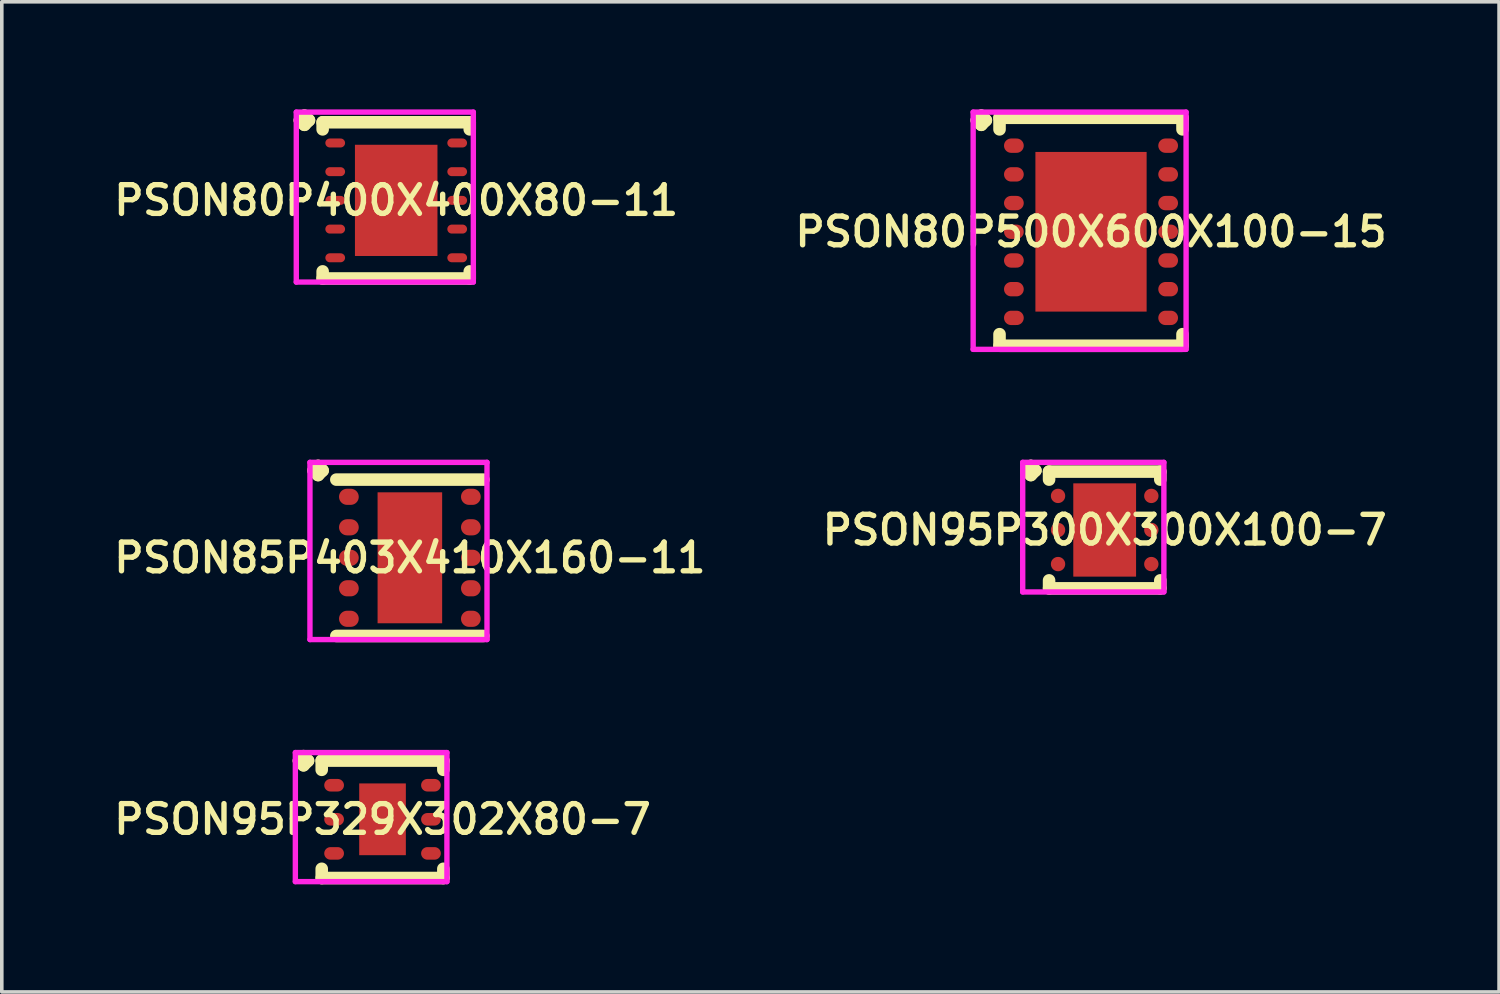
<source format=kicad_pcb>
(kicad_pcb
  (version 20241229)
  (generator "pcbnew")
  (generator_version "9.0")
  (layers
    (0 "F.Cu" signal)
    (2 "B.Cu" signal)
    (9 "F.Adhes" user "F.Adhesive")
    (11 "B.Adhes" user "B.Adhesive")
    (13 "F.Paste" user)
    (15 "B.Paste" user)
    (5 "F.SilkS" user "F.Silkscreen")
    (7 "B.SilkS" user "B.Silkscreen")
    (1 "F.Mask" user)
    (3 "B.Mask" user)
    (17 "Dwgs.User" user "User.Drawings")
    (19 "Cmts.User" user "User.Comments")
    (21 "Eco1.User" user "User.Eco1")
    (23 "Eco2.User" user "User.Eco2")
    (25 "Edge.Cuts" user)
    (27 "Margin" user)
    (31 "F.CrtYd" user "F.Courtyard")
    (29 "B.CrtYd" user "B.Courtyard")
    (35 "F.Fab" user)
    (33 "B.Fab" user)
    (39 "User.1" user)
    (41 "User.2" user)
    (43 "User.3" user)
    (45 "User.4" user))
  (footprint "PSON95P329X302X80-7"
    (layer "F.Cu")
    (at 7.612 19.786)
    (property "Reference" "PSON95P329X302X80-7" (at 0 0 0) (layer "F.SilkS") (effects (font (size 0.8 0.8) (thickness 0.15))))
    (attr smd)
    (fp_line (start -2.33 -1.633) (end -2.203 -1.76) (stroke (width 0.35) (type solid)) (layer "F.SilkS"))
    (fp_line (start -2.203 -1.76) (end -2.076 -1.633) (stroke (width 0.35) (type solid)) (layer "F.SilkS"))
    (fp_line (start -2.203 -1.506) (end -2.33 -1.633) (stroke (width 0.35) (type solid)) (layer "F.SilkS"))
    (fp_line (start -2.076 -1.633) (end -2.203 -1.506) (stroke (width 0.35) (type solid)) (layer "F.SilkS"))
    (fp_line (start -1.695 -1.637) (end 1.695 -1.637) (stroke (width 0.35) (type solid)) (layer "F.SilkS"))
    (fp_line (start -1.695 -1.379) (end -1.695 -1.637) (stroke (width 0.35) (type solid)) (layer "F.SilkS"))
    (fp_line (start -1.695 1.379) (end -1.695 1.637) (stroke (width 0.35) (type solid)) (layer "F.SilkS"))
    (fp_line (start -1.695 1.637) (end 1.695 1.637) (stroke (width 0.35) (type solid)) (layer "F.SilkS"))
    (fp_line (start 1.695 -1.637) (end 1.695 -1.379) (stroke (width 0.35) (type solid)) (layer "F.SilkS"))
    (fp_line (start 1.695 1.637) (end 1.695 1.379) (stroke (width 0.35) (type solid)) (layer "F.SilkS"))
    (fp_line (start -2.43 -1.86) (end 1.795 -1.86) (stroke (width 0.15) (type solid)) (layer "F.CrtYd"))
    (fp_line (start -2.43 1.737) (end -2.43 -1.86) (stroke (width 0.15) (type solid)) (layer "F.CrtYd"))
    (fp_line (start 1.795 -1.86) (end 1.795 1.737) (stroke (width 0.15) (type solid)) (layer "F.CrtYd"))
    (fp_line (start 1.795 1.737) (end -2.43 1.737) (stroke (width 0.15) (type solid)) (layer "F.CrtYd"))
    (pad "1" smd oval (at -1.35 -0.95) (size 0.55 0.35) (layers "F.Cu" "F.Mask" "F.Paste"))
    (pad "2" smd oval (at -1.35 0) (size 0.55 0.35) (layers "F.Cu" "F.Mask" "F.Paste"))
    (pad "3" smd oval (at -1.35 0.95) (size 0.55 0.35) (layers "F.Cu" "F.Mask" "F.Paste"))
    (pad "4" smd oval (at 1.35 0.95) (size 0.55 0.35) (layers "F.Cu" "F.Mask" "F.Paste"))
    (pad "5" smd oval (at 1.35 0) (size 0.55 0.35) (layers "F.Cu" "F.Mask" "F.Paste"))
    (pad "6" smd oval (at 1.35 -0.95) (size 0.55 0.35) (layers "F.Cu" "F.Mask" "F.Paste"))
    (pad "7" smd rect (at 0 0) (size 1.3 2) (layers "F.Cu" "F.Mask" "F.Paste")))
  (footprint "PSON80P500X600X100-15"
    (layer "F.Cu")
    (at 27.359 3.41)
    (property "Reference" "PSON80P500X600X100-15" (at 0 0 0) (layer "F.SilkS") (effects (font (size 0.8 0.8) (thickness 0.15))))
    (attr smd)
    (fp_line (start -3.185 -3.108) (end -3.058 -3.235) (stroke (width 0.35) (type solid)) (layer "F.SilkS"))
    (fp_line (start -3.058 -3.235) (end -2.931 -3.108) (stroke (width 0.35) (type solid)) (layer "F.SilkS"))
    (fp_line (start -3.058 -2.981) (end -3.185 -3.108) (stroke (width 0.35) (type solid)) (layer "F.SilkS"))
    (fp_line (start -2.931 -3.108) (end -3.058 -2.981) (stroke (width 0.35) (type solid)) (layer "F.SilkS"))
    (fp_line (start -2.55 -3.177) (end 2.55 -3.177) (stroke (width 0.35) (type solid)) (layer "F.SilkS"))
    (fp_line (start -2.55 -2.854) (end -2.55 -3.177) (stroke (width 0.35) (type solid)) (layer "F.SilkS"))
    (fp_line (start -2.55 2.854) (end -2.55 3.177) (stroke (width 0.35) (type solid)) (layer "F.SilkS"))
    (fp_line (start -2.55 3.177) (end 2.55 3.177) (stroke (width 0.35) (type solid)) (layer "F.SilkS"))
    (fp_line (start 2.55 -3.177) (end 2.55 -2.854) (stroke (width 0.35) (type solid)) (layer "F.SilkS"))
    (fp_line (start 2.55 3.177) (end 2.55 2.854) (stroke (width 0.35) (type solid)) (layer "F.SilkS"))
    (fp_line (start -3.285 -3.335) (end 2.65 -3.335) (stroke (width 0.15) (type solid)) (layer "F.CrtYd"))
    (fp_line (start -3.285 3.277) (end -3.285 -3.335) (stroke (width 0.15) (type solid)) (layer "F.CrtYd"))
    (fp_line (start 2.65 -3.335) (end 2.65 3.277) (stroke (width 0.15) (type solid)) (layer "F.CrtYd"))
    (fp_line (start 2.65 3.277) (end -3.285 3.277) (stroke (width 0.15) (type solid)) (layer "F.CrtYd"))
    (pad "1" smd oval (at -2.15 -2.4) (size 0.55 0.4) (layers "F.Cu" "F.Mask" "F.Paste"))
    (pad "2" smd oval (at -2.15 -1.6) (size 0.55 0.4) (layers "F.Cu" "F.Mask" "F.Paste"))
    (pad "3" smd oval (at -2.15 -0.8) (size 0.55 0.4) (layers "F.Cu" "F.Mask" "F.Paste"))
    (pad "4" smd oval (at -2.15 0) (size 0.55 0.4) (layers "F.Cu" "F.Mask" "F.Paste"))
    (pad "5" smd oval (at -2.15 0.8) (size 0.55 0.4) (layers "F.Cu" "F.Mask" "F.Paste"))
    (pad "6" smd oval (at -2.15 1.6) (size 0.55 0.4) (layers "F.Cu" "F.Mask" "F.Paste"))
    (pad "7" smd oval (at -2.15 2.4) (size 0.55 0.4) (layers "F.Cu" "F.Mask" "F.Paste"))
    (pad "8" smd oval (at 2.15 2.4) (size 0.55 0.4) (layers "F.Cu" "F.Mask" "F.Paste"))
    (pad "9" smd oval (at 2.15 1.6) (size 0.55 0.4) (layers "F.Cu" "F.Mask" "F.Paste"))
    (pad "10" smd oval (at 2.15 0.8) (size 0.55 0.4) (layers "F.Cu" "F.Mask" "F.Paste"))
    (pad "11" smd oval (at 2.15 0) (size 0.55 0.4) (layers "F.Cu" "F.Mask" "F.Paste"))
    (pad "12" smd oval (at 2.15 -0.8) (size 0.55 0.4) (layers "F.Cu" "F.Mask" "F.Paste"))
    (pad "13" smd oval (at 2.15 -1.6) (size 0.55 0.4) (layers "F.Cu" "F.Mask" "F.Paste"))
    (pad "14" smd oval (at 2.15 -2.4) (size 0.55 0.4) (layers "F.Cu" "F.Mask" "F.Paste"))
    (pad "15" smd rect (at 0 0) (size 3.1 4.45) (layers "F.Cu" "F.Mask" "F.Paste")))
  (footprint "PSON95P300X300X100-7"
    (layer "F.Cu")
    (at 27.74 11.722)
    (property "Reference" "PSON95P300X300X100-7" (at 0 0 0) (layer "F.SilkS") (effects (font (size 0.8 0.8) (thickness 0.15))))
    (attr smd)
    (fp_line (start -2.185 -1.658) (end -2.058 -1.785) (stroke (width 0.35) (type solid)) (layer "F.SilkS"))
    (fp_line (start -2.058 -1.785) (end -1.931 -1.658) (stroke (width 0.35) (type solid)) (layer "F.SilkS"))
    (fp_line (start -2.058 -1.531) (end -2.185 -1.658) (stroke (width 0.35) (type solid)) (layer "F.SilkS"))
    (fp_line (start -1.931 -1.658) (end -2.058 -1.531) (stroke (width 0.35) (type solid)) (layer "F.SilkS"))
    (fp_line (start -1.55 -1.627) (end 1.55 -1.627) (stroke (width 0.35) (type solid)) (layer "F.SilkS"))
    (fp_line (start -1.55 -1.404) (end -1.55 -1.627) (stroke (width 0.35) (type solid)) (layer "F.SilkS"))
    (fp_line (start -1.55 1.404) (end -1.55 1.627) (stroke (width 0.35) (type solid)) (layer "F.SilkS"))
    (fp_line (start -1.55 1.627) (end 1.55 1.627) (stroke (width 0.35) (type solid)) (layer "F.SilkS"))
    (fp_line (start 1.55 -1.627) (end 1.55 -1.404) (stroke (width 0.35) (type solid)) (layer "F.SilkS"))
    (fp_line (start 1.55 1.627) (end 1.55 1.404) (stroke (width 0.35) (type solid)) (layer "F.SilkS"))
    (fp_line (start -2.285 -1.885) (end 1.65 -1.885) (stroke (width 0.15) (type solid)) (layer "F.CrtYd"))
    (fp_line (start -2.285 1.727) (end -2.285 -1.885) (stroke (width 0.15) (type solid)) (layer "F.CrtYd"))
    (fp_line (start 1.65 -1.885) (end 1.65 1.727) (stroke (width 0.15) (type solid)) (layer "F.CrtYd"))
    (fp_line (start 1.65 1.727) (end -2.285 1.727) (stroke (width 0.15) (type solid)) (layer "F.CrtYd"))
    (pad "1" smd oval (at -1.3 -0.95) (size 0.4 0.4) (layers "F.Cu" "F.Mask" "F.Paste"))
    (pad "2" smd oval (at -1.3 0) (size 0.4 0.4) (layers "F.Cu" "F.Mask" "F.Paste"))
    (pad "3" smd oval (at -1.3 0.95) (size 0.4 0.4) (layers "F.Cu" "F.Mask" "F.Paste"))
    (pad "4" smd oval (at 1.3 0.95) (size 0.4 0.4) (layers "F.Cu" "F.Mask" "F.Paste"))
    (pad "5" smd oval (at 1.3 0) (size 0.4 0.4) (layers "F.Cu" "F.Mask" "F.Paste"))
    (pad "6" smd oval (at 1.3 -0.95) (size 0.4 0.4) (layers "F.Cu" "F.Mask" "F.Paste"))
    (pad "7" smd rect (at 0 0) (size 1.75 2.6) (layers "F.Cu" "F.Mask" "F.Paste")))
  (footprint "PSON85P403X410X160-11"
    (layer "F.Cu")
    (at 8.374 12.497)
    (property "Reference" "PSON85P403X410X160-11" (at 0 0 0) (layer "F.SilkS") (effects (font (size 0.8 0.8) (thickness 0.15))))
    (attr smd)
    (fp_line (start -2.685 -2.433) (end -2.558 -2.56) (stroke (width 0.35) (type solid)) (layer "F.SilkS"))
    (fp_line (start -2.558 -2.56) (end -2.431 -2.433) (stroke (width 0.35) (type solid)) (layer "F.SilkS"))
    (fp_line (start -2.558 -2.306) (end -2.685 -2.433) (stroke (width 0.35) (type solid)) (layer "F.SilkS"))
    (fp_line (start -2.431 -2.433) (end -2.558 -2.306) (stroke (width 0.35) (type solid)) (layer "F.SilkS"))
    (fp_line (start -2.05 -2.179) (end 2.05 -2.179) (stroke (width 0.35) (type solid)) (layer "F.SilkS"))
    (fp_line (start -2.05 2.179) (end 2.05 2.179) (stroke (width 0.35) (type solid)) (layer "F.SilkS"))
    (fp_line (start -2.785 -2.66) (end 2.15 -2.66) (stroke (width 0.15) (type solid)) (layer "F.CrtYd"))
    (fp_line (start -2.785 2.279) (end -2.785 -2.66) (stroke (width 0.15) (type solid)) (layer "F.CrtYd"))
    (fp_line (start 2.15 -2.66) (end 2.15 2.279) (stroke (width 0.15) (type solid)) (layer "F.CrtYd"))
    (fp_line (start 2.15 2.279) (end -2.785 2.279) (stroke (width 0.15) (type solid)) (layer "F.CrtYd"))
    (pad "1" smd oval (at -1.7 -1.7) (size 0.55 0.45) (layers "F.Cu" "F.Mask" "F.Paste"))
    (pad "2" smd oval (at -1.7 -0.85) (size 0.55 0.45) (layers "F.Cu" "F.Mask" "F.Paste"))
    (pad "3" smd oval (at -1.7 0) (size 0.55 0.45) (layers "F.Cu" "F.Mask" "F.Paste"))
    (pad "4" smd oval (at -1.7 0.85) (size 0.55 0.45) (layers "F.Cu" "F.Mask" "F.Paste"))
    (pad "5" smd oval (at -1.7 1.7) (size 0.55 0.45) (layers "F.Cu" "F.Mask" "F.Paste"))
    (pad "6" smd oval (at 1.7 1.7) (size 0.55 0.45) (layers "F.Cu" "F.Mask" "F.Paste"))
    (pad "7" smd oval (at 1.7 0.85) (size 0.55 0.45) (layers "F.Cu" "F.Mask" "F.Paste"))
    (pad "8" smd oval (at 1.7 0) (size 0.55 0.45) (layers "F.Cu" "F.Mask" "F.Paste"))
    (pad "9" smd oval (at 1.7 -0.85) (size 0.55 0.45) (layers "F.Cu" "F.Mask" "F.Paste"))
    (pad "10" smd oval (at 1.7 -1.7) (size 0.55 0.45) (layers "F.Cu" "F.Mask" "F.Paste"))
    (pad "11" smd rect (at 0 0) (size 1.8 3.65) (layers "F.Cu" "F.Mask" "F.Paste")))
  (footprint "PSON80P400X400X80-11"
    (layer "F.Cu")
    (at 7.993 2.535)
    (property "Reference" "PSON80P400X400X80-11" (at 0 0 0) (layer "F.SilkS") (effects (font (size 0.8 0.8) (thickness 0.15))))
    (attr smd)
    (fp_line (start -2.685 -2.233) (end -2.558 -2.36) (stroke (width 0.35) (type solid)) (layer "F.SilkS"))
    (fp_line (start -2.558 -2.36) (end -2.431 -2.233) (stroke (width 0.35) (type solid)) (layer "F.SilkS"))
    (fp_line (start -2.558 -2.106) (end -2.685 -2.233) (stroke (width 0.35) (type solid)) (layer "F.SilkS"))
    (fp_line (start -2.431 -2.233) (end -2.558 -2.106) (stroke (width 0.35) (type solid)) (layer "F.SilkS"))
    (fp_line (start -2.05 -2.177) (end 2.05 -2.177) (stroke (width 0.35) (type solid)) (layer "F.SilkS"))
    (fp_line (start -2.05 -1.979) (end -2.05 -2.177) (stroke (width 0.35) (type solid)) (layer "F.SilkS"))
    (fp_line (start -2.05 1.979) (end -2.05 2.177) (stroke (width 0.35) (type solid)) (layer "F.SilkS"))
    (fp_line (start -2.05 2.177) (end 2.05 2.177) (stroke (width 0.35) (type solid)) (layer "F.SilkS"))
    (fp_line (start 2.05 -2.177) (end 2.05 -1.979) (stroke (width 0.35) (type solid)) (layer "F.SilkS"))
    (fp_line (start 2.05 2.177) (end 2.05 1.979) (stroke (width 0.35) (type solid)) (layer "F.SilkS"))
    (fp_line (start -2.785 -2.46) (end 2.15 -2.46) (stroke (width 0.15) (type solid)) (layer "F.CrtYd"))
    (fp_line (start -2.785 2.277) (end -2.785 -2.46) (stroke (width 0.15) (type solid)) (layer "F.CrtYd"))
    (fp_line (start 2.15 -2.46) (end 2.15 2.277) (stroke (width 0.15) (type solid)) (layer "F.CrtYd"))
    (fp_line (start 2.15 2.277) (end -2.785 2.277) (stroke (width 0.15) (type solid)) (layer "F.CrtYd"))
    (pad "1" smd oval (at -1.7 -1.6) (size 0.55 0.25) (layers "F.Cu" "F.Mask" "F.Paste"))
    (pad "2" smd oval (at -1.7 -0.8) (size 0.55 0.25) (layers "F.Cu" "F.Mask" "F.Paste"))
    (pad "3" smd oval (at -1.7 0) (size 0.55 0.25) (layers "F.Cu" "F.Mask" "F.Paste"))
    (pad "4" smd oval (at -1.7 0.8) (size 0.55 0.25) (layers "F.Cu" "F.Mask" "F.Paste"))
    (pad "5" smd oval (at -1.7 1.6) (size 0.55 0.25) (layers "F.Cu" "F.Mask" "F.Paste"))
    (pad "6" smd oval (at 1.7 1.6) (size 0.55 0.25) (layers "F.Cu" "F.Mask" "F.Paste"))
    (pad "7" smd oval (at 1.7 0.8) (size 0.55 0.25) (layers "F.Cu" "F.Mask" "F.Paste"))
    (pad "8" smd oval (at 1.7 0) (size 0.55 0.25) (layers "F.Cu" "F.Mask" "F.Paste"))
    (pad "9" smd oval (at 1.7 -0.8) (size 0.55 0.25) (layers "F.Cu" "F.Mask" "F.Paste"))
    (pad "10" smd oval (at 1.7 -1.6) (size 0.55 0.25) (layers "F.Cu" "F.Mask" "F.Paste"))
    (pad "11" smd rect (at 0 0) (size 2.3 3.1) (layers "F.Cu" "F.Mask" "F.Paste")))
  (gr_rect
    (start -3 -3)
    (end 38.732 24.598)
    (stroke (width 0.1) (type default))
    (fill no)
    (layer "Edge.Cuts")))
</source>
